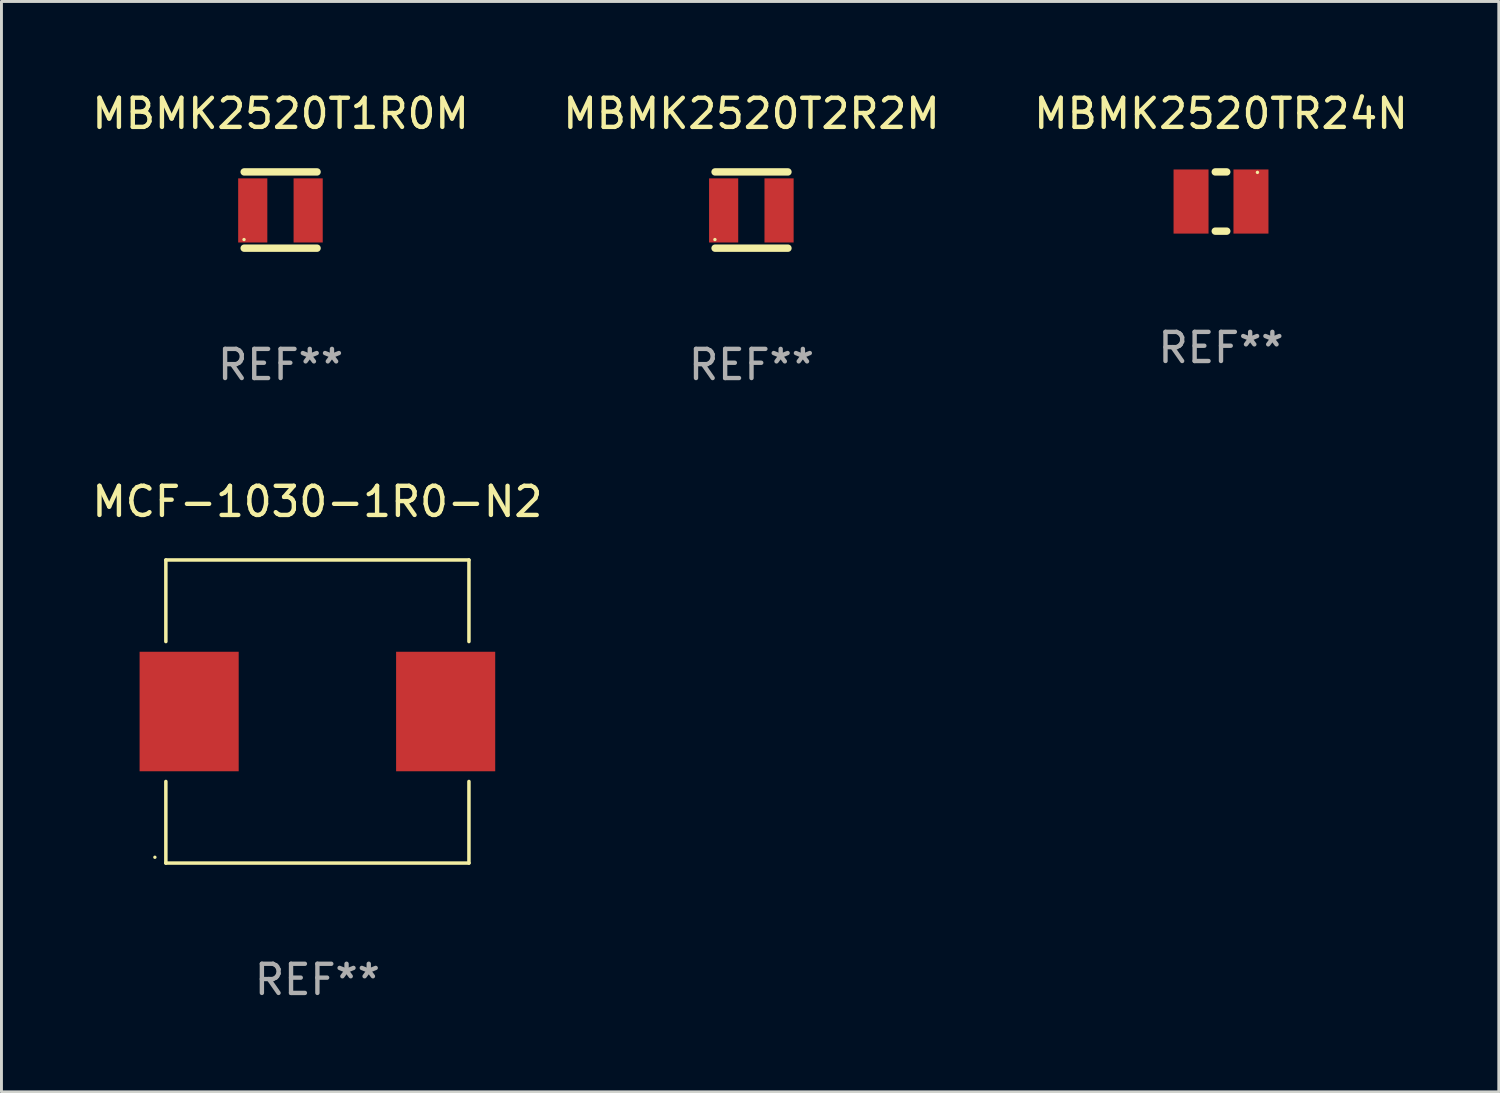
<source format=kicad_pcb>
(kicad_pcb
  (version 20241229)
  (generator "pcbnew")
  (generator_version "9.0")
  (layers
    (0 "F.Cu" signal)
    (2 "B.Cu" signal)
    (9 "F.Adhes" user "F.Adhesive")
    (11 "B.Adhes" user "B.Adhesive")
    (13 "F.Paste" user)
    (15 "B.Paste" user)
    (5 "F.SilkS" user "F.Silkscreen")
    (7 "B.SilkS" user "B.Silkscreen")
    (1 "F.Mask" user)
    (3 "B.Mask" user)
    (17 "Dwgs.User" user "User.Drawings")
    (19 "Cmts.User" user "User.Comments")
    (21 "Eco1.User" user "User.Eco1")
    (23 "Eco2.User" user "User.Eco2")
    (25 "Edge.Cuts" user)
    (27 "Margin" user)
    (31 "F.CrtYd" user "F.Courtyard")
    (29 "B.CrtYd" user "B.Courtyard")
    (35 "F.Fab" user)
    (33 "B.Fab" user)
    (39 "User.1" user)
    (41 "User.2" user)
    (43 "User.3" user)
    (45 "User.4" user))
  (footprint "MBMK2520T1R0M"
    (layer "F.Cu")
    (at 6.577 4.156)
    (property "Reference" "MBMK2520T1R0M" (at 0 -3.308 0) (layer "F.SilkS") (effects (font (size 1 1) (thickness 0.15))))
    (attr through_hole)
    (fp_line (start -1.25 -1.308) (end 1.25 -1.308) (stroke (width 0.254) (type solid)) (layer "F.SilkS"))
    (fp_line (start -1.25 1.308) (end 1.25 1.308) (stroke (width 0.254) (type solid)) (layer "F.SilkS"))
    (fp_circle (center -1.255 1.013) (end -1.225 1.013) (stroke (width 0.06) (type solid)) (fill no) (layer "F.SilkS"))
    (fp_text user "REF**" (at 0 5.308 0) (layer "F.Fab") (effects (font (size 1 1) (thickness 0.15))))
    (pad "1" smd rect (at -0.956 0.013) (size 1 2.2) (layers "F.Cu" "F.Mask" "F.Paste"))
    (pad "2" smd rect (at 0.945 0.013) (size 1 2.2) (layers "F.Cu" "F.Mask" "F.Paste")))
  (footprint "MCF-1030-1R0-N2"
    (layer "F.Cu")
    (at 7.839 21.36)
    (property "Reference" "MCF-1030-1R0-N2" (at 0 -7.199 0) (layer "F.SilkS") (effects (font (size 1 1) (thickness 0.15))))
    (attr through_hole)
    (fp_line (start -5.199 -5.199) (end 5.199 -5.199) (stroke (width 0.12) (type solid)) (layer "F.SilkS"))
    (fp_line (start -5.199 -2.4) (end -5.199 -5.199) (stroke (width 0.12) (type solid)) (layer "F.SilkS"))
    (fp_line (start -5.199 2.4) (end -5.199 5.199) (stroke (width 0.12) (type solid)) (layer "F.SilkS"))
    (fp_line (start -5.199 5.199) (end 5.199 5.199) (stroke (width 0.12) (type solid)) (layer "F.SilkS"))
    (fp_line (start 5.199 -5.199) (end 5.199 -2.4) (stroke (width 0.12) (type solid)) (layer "F.SilkS"))
    (fp_line (start 5.199 5.199) (end 5.199 2.4) (stroke (width 0.12) (type solid)) (layer "F.SilkS"))
    (fp_circle (center -5.575 5) (end -5.545 5) (stroke (width 0.06) (type solid)) (fill no) (layer "F.SilkS"))
    (fp_text user "REF**" (at 0 9.199 0) (layer "F.Fab") (effects (font (size 1 1) (thickness 0.15))))
    (pad "1" smd rect (at -4.4 0) (size 3.4 4.1) (layers "F.Cu" "F.Mask" "F.Paste"))
    (pad "2" smd rect (at 4.4 0) (size 3.4 4.1) (layers "F.Cu" "F.Mask" "F.Paste")))
  (footprint "MBMK2520TR24N"
    (layer "F.Cu")
    (at 38.839 3.864)
    (property "Reference" "MBMK2520TR24N" (at 0 -3.016 0) (layer "F.SilkS") (effects (font (size 1 1) (thickness 0.15))))
    (attr through_hole)
    (fp_line (start -0.197 1.016) (end 0.197 1.016) (stroke (width 0.254) (type solid)) (layer "F.SilkS"))
    (fp_line (start 0.197 -1.016) (end -0.197 -1.016) (stroke (width 0.254) (type solid)) (layer "F.SilkS"))
    (fp_circle (center 1.25 -1) (end 1.28 -1) (stroke (width 0.06) (type solid)) (fill no) (layer "F.SilkS"))
    (fp_text user "REF**" (at 0 5.016 0) (layer "F.Fab") (effects (font (size 1 1) (thickness 0.15))))
    (pad "1" smd rect (at 1.028 0) (size 1.2 2.2) (layers "F.Cu" "F.Mask" "F.Paste"))
    (pad "2" smd rect (at -1.028 0) (size 1.2 2.2) (layers "F.Cu" "F.Mask" "F.Paste")))
  (footprint "MBMK2520T2R2M"
    (layer "F.Cu")
    (at 22.732 4.156)
    (property "Reference" "MBMK2520T2R2M" (at 0 -3.308 0) (layer "F.SilkS") (effects (font (size 1 1) (thickness 0.15))))
    (attr through_hole)
    (fp_line (start -1.25 -1.308) (end 1.25 -1.308) (stroke (width 0.254) (type solid)) (layer "F.SilkS"))
    (fp_line (start -1.25 1.308) (end 1.25 1.308) (stroke (width 0.254) (type solid)) (layer "F.SilkS"))
    (fp_circle (center -1.255 1.013) (end -1.225 1.013) (stroke (width 0.06) (type solid)) (fill no) (layer "F.SilkS"))
    (fp_text user "REF**" (at 0 5.308 0) (layer "F.Fab") (effects (font (size 1 1) (thickness 0.15))))
    (pad "1" smd rect (at -0.956 0.013) (size 1 2.2) (layers "F.Cu" "F.Mask" "F.Paste"))
    (pad "2" smd rect (at 0.945 0.013) (size 1 2.2) (layers "F.Cu" "F.Mask" "F.Paste")))
  (gr_rect
    (start -3 -3)
    (end 48.369 34.408)
    (stroke (width 0.1) (type default))
    (fill no)
    (layer "Edge.Cuts")))
</source>
